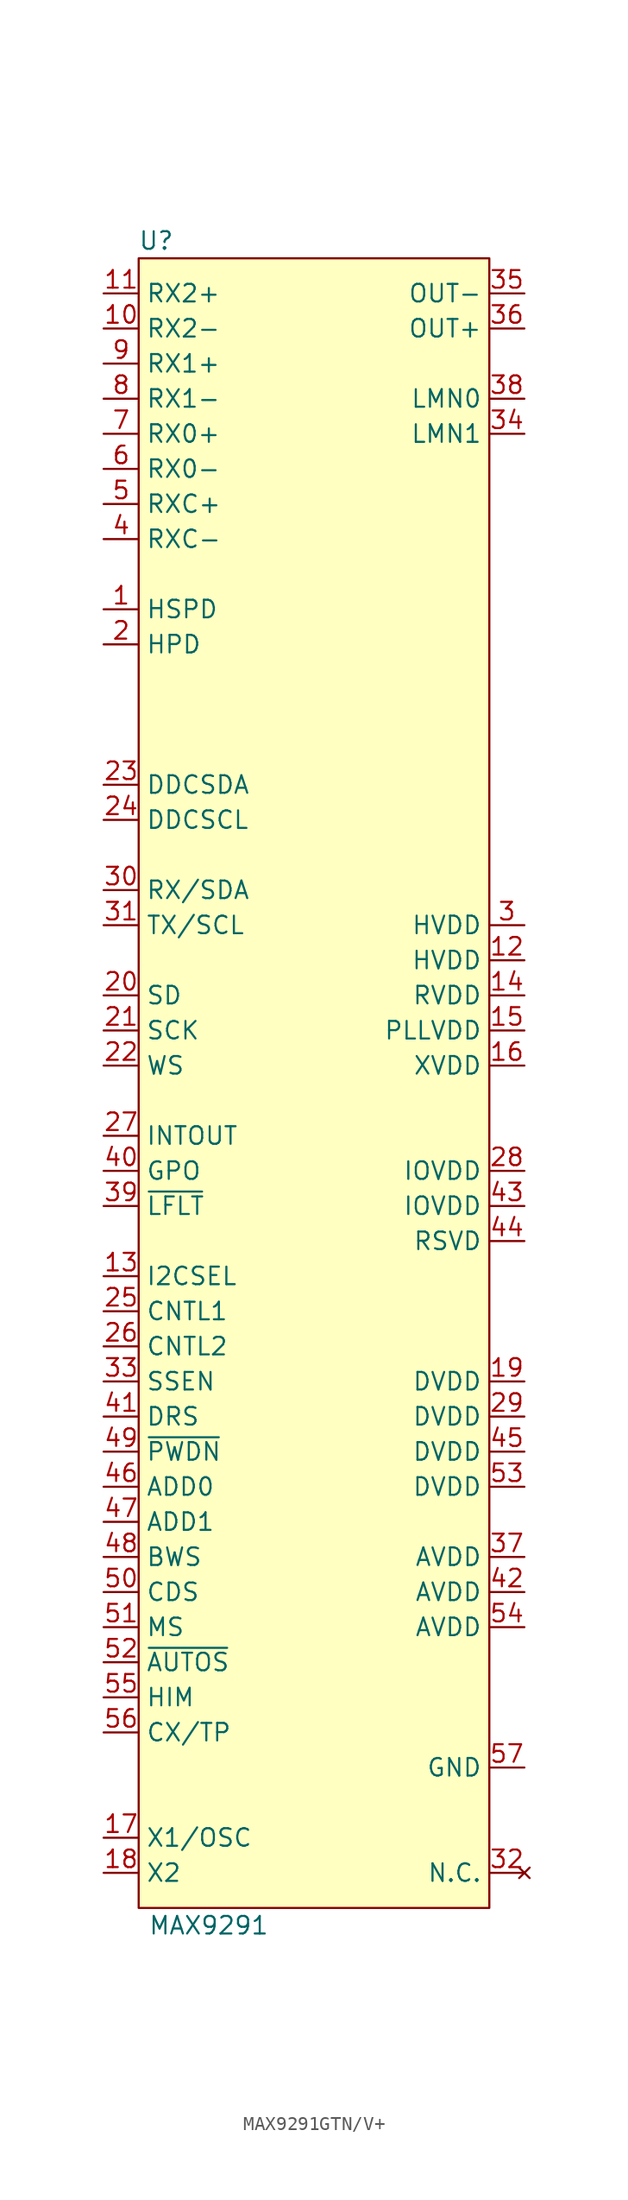
<source format=kicad_sym>
(kicad_symbol_lib
  (version 20220914)
  (generator kicad_symbol_editor)
  (symbol "MAX9291GTN/V+"
    (property "Reference" "U"
      (at -11.43 41.91 0)
      (effects (font (size 1.27 1.27))))
    (property "Value" "MAX9291"
      (at -7.62 -80.01 0)
      (effects (font (size 1.27 1.27))))
    (symbol "MAX9291GTN/V+_1_0"
      (pin input line (at -15.24 -73.66 0) (length 2.54) (name "X1/OSC" (effects (font (size 1.27 1.27)))) (number "17" (effects (font (size 1.27 1.27)))))
      (pin input line (at -15.24 -76.2 0) (length 2.54) (name "X2" (effects (font (size 1.27 1.27)))) (number "18" (effects (font (size 1.27 1.27)))))
      (pin power_in line (at 15.24 -40.64 180) (length 2.54) (name "DVDD" (effects (font (size 1.27 1.27)))) (number "19" (effects (font (size 1.27 1.27)))))
      (pin bidirectional line (at -15.24 -12.7 0) (length 2.54) (name "SD" (effects (font (size 1.27 1.27)))) (number "20" (effects (font (size 1.27 1.27)))))
      (pin bidirectional line (at -15.24 -15.24 0) (length 2.54) (name "SCK" (effects (font (size 1.27 1.27)))) (number "21" (effects (font (size 1.27 1.27)))))
      (pin bidirectional line (at -15.24 -17.78 0) (length 2.54) (name "WS" (effects (font (size 1.27 1.27)))) (number "22" (effects (font (size 1.27 1.27)))))
      (pin bidirectional line (at -15.24 2.54 0) (length 2.54) (name "DDCSDA" (effects (font (size 1.27 1.27)))) (number "23" (effects (font (size 1.27 1.27)))))
      (pin bidirectional line (at -15.24 0 0) (length 2.54) (name "DDCSCL" (effects (font (size 1.27 1.27)))) (number "24" (effects (font (size 1.27 1.27)))))
      (pin input line (at -15.24 -35.56 0) (length 2.54) (name "CNTL1" (effects (font (size 1.27 1.27)))) (number "25" (effects (font (size 1.27 1.27)))))
      (pin input line (at -15.24 -38.1 0) (length 2.54) (name "CNTL2" (effects (font (size 1.27 1.27)))) (number "26" (effects (font (size 1.27 1.27)))))
      (pin output line (at -15.24 -22.86 0) (length 2.54) (name "INTOUT" (effects (font (size 1.27 1.27)))) (number "27" (effects (font (size 1.27 1.27)))))
      (pin power_in line (at 15.24 -25.4 180) (length 2.54) (name "IOVDD" (effects (font (size 1.27 1.27)))) (number "28" (effects (font (size 1.27 1.27)))))
      (pin power_in line (at 15.24 -43.18 180) (length 2.54) (name "DVDD" (effects (font (size 1.27 1.27)))) (number "29" (effects (font (size 1.27 1.27)))))
      (pin bidirectional line (at -15.24 -5.08 0) (length 2.54) (name "RX/SDA" (effects (font (size 1.27 1.27)))) (number "30" (effects (font (size 1.27 1.27)))))
      (pin bidirectional line (at -15.24 -7.62 0) (length 2.54) (name "TX/SCL" (effects (font (size 1.27 1.27)))) (number "31" (effects (font (size 1.27 1.27)))))
      (pin no_connect line (at 15.24 -76.2 180) (length 2.54) (name "N.C." (effects (font (size 1.27 1.27)))) (number "32" (effects (font (size 1.27 1.27)))))
      (pin input line (at -15.24 -40.64 0) (length 2.54) (name "SSEN" (effects (font (size 1.27 1.27)))) (number "33" (effects (font (size 1.27 1.27)))))
      (pin input line (at 15.24 27.94 180) (length 2.54) (name "LMN1" (effects (font (size 1.27 1.27)))) (number "34" (effects (font (size 1.27 1.27)))))
      (pin output line (at 15.24 38.1 180) (length 2.54) (name "OUT-" (effects (font (size 1.27 1.27)))) (number "35" (effects (font (size 1.27 1.27)))))
      (pin output line (at 15.24 35.56 180) (length 2.54) (name "OUT+" (effects (font (size 1.27 1.27)))) (number "36" (effects (font (size 1.27 1.27)))))
      (pin power_in line (at 15.24 -53.34 180) (length 2.54) (name "AVDD" (effects (font (size 1.27 1.27)))) (number "37" (effects (font (size 1.27 1.27)))))
      (pin input line (at 15.24 30.48 180) (length 2.54) (name "LMN0" (effects (font (size 1.27 1.27)))) (number "38" (effects (font (size 1.27 1.27)))))
      (pin open_collector line (at -15.24 -27.94 0) (length 2.54) (name "~{LFLT}" (effects (font (size 1.27 1.27)))) (number "39" (effects (font (size 1.27 1.27)))))
      (pin output line (at -15.24 -25.4 0) (length 2.54) (name "GPO" (effects (font (size 1.27 1.27)))) (number "40" (effects (font (size 1.27 1.27)))))
      (pin input line (at -15.24 -43.18 0) (length 2.54) (name "DRS" (effects (font (size 1.27 1.27)))) (number "41" (effects (font (size 1.27 1.27)))))
      (pin power_in line (at 15.24 -55.88 180) (length 2.54) (name "AVDD" (effects (font (size 1.27 1.27)))) (number "42" (effects (font (size 1.27 1.27)))))
      (pin power_in line (at 15.24 -27.94 180) (length 2.54) (name "IOVDD" (effects (font (size 1.27 1.27)))) (number "43" (effects (font (size 1.27 1.27)))))
      (pin input line (at 15.24 -30.48 180) (length 2.54) (name "RSVD" (effects (font (size 1.27 1.27)))) (number "44" (effects (font (size 1.27 1.27)))))
      (pin power_in line (at 15.24 -45.72 180) (length 2.54) (name "DVDD" (effects (font (size 1.27 1.27)))) (number "45" (effects (font (size 1.27 1.27)))))
      (pin input line (at -15.24 -48.26 0) (length 2.54) (name "ADD0" (effects (font (size 1.27 1.27)))) (number "46" (effects (font (size 1.27 1.27)))))
      (pin input line (at -15.24 -50.8 0) (length 2.54) (name "ADD1" (effects (font (size 1.27 1.27)))) (number "47" (effects (font (size 1.27 1.27)))))
      (pin input line (at -15.24 -53.34 0) (length 2.54) (name "BWS" (effects (font (size 1.27 1.27)))) (number "48" (effects (font (size 1.27 1.27)))))
      (pin input line (at -15.24 -45.72 0) (length 2.54) (name "~{PWDN}" (effects (font (size 1.27 1.27)))) (number "49" (effects (font (size 1.27 1.27)))))
      (pin input line (at -15.24 -55.88 0) (length 2.54) (name "CDS" (effects (font (size 1.27 1.27)))) (number "50" (effects (font (size 1.27 1.27)))))
      (pin input line (at -15.24 -58.42 0) (length 2.54) (name "MS" (effects (font (size 1.27 1.27)))) (number "51" (effects (font (size 1.27 1.27)))))
      (pin input line (at -15.24 -60.96 0) (length 2.54) (name "~{AUTOS}" (effects (font (size 1.27 1.27)))) (number "52" (effects (font (size 1.27 1.27)))))
      (pin power_in line (at 15.24 -48.26 180) (length 2.54) (name "DVDD" (effects (font (size 1.27 1.27)))) (number "53" (effects (font (size 1.27 1.27)))))
      (pin power_in line (at 15.24 -58.42 180) (length 2.54) (name "AVDD" (effects (font (size 1.27 1.27)))) (number "54" (effects (font (size 1.27 1.27)))))
      (pin input line (at -15.24 -63.5 0) (length 2.54) (name "HIM" (effects (font (size 1.27 1.27)))) (number "55" (effects (font (size 1.27 1.27)))))
      (pin input line (at -15.24 -66.04 0) (length 2.54) (name "CX/TP" (effects (font (size 1.27 1.27)))) (number "56" (effects (font (size 1.27 1.27)))))
      (pin power_out line (at 15.24 -68.58 180) (length 2.54) (name "GND" (effects (font (size 1.27 1.27)))) (number "57" (effects (font (size 1.27 1.27))))))
    (symbol "MAX9291GTN/V+_1_1"
      (rectangle (start -12.7 40.64) (end 12.7 -78.74) (stroke (width 0) (type default)) (fill (type background)))
      (pin input line (at -15.24 15.24 0) (length 2.54) (name "HSPD" (effects (font (size 1.27 1.27)))) (number "1" (effects (font (size 1.27 1.27)))))
      (pin input line (at -15.24 35.56 0) (length 2.54) (name "RX2-" (effects (font (size 1.27 1.27)))) (number "10" (effects (font (size 1.27 1.27)))))
      (pin input line (at -15.24 38.1 0) (length 2.54) (name "RX2+" (effects (font (size 1.27 1.27)))) (number "11" (effects (font (size 1.27 1.27)))))
      (pin power_in line (at 15.24 -10.16 180) (length 2.54) (name "HVDD" (effects (font (size 1.27 1.27)))) (number "12" (effects (font (size 1.27 1.27)))))
      (pin input line (at -15.24 -33.02 0) (length 2.54) (name "I2CSEL" (effects (font (size 1.27 1.27)))) (number "13" (effects (font (size 1.27 1.27)))))
      (pin power_in line (at 15.24 -12.7 180) (length 2.54) (name "RVDD" (effects (font (size 1.27 1.27)))) (number "14" (effects (font (size 1.27 1.27)))))
      (pin power_in line (at 15.24 -15.24 180) (length 2.54) (name "PLLVDD" (effects (font (size 1.27 1.27)))) (number "15" (effects (font (size 1.27 1.27)))))
      (pin power_in line (at 15.24 -17.78 180) (length 2.54) (name "XVDD" (effects (font (size 1.27 1.27)))) (number "16" (effects (font (size 1.27 1.27)))))
      (pin output line (at -15.24 12.7 0) (length 2.54) (name "HPD" (effects (font (size 1.27 1.27)))) (number "2" (effects (font (size 1.27 1.27)))))
      (pin power_in line (at 15.24 -7.62 180) (length 2.54) (name "HVDD" (effects (font (size 1.27 1.27)))) (number "3" (effects (font (size 1.27 1.27)))))
      (pin input line (at -15.24 20.32 0) (length 2.54) (name "RXC-" (effects (font (size 1.27 1.27)))) (number "4" (effects (font (size 1.27 1.27)))))
      (pin input line (at -15.24 22.86 0) (length 2.54) (name "RXC+" (effects (font (size 1.27 1.27)))) (number "5" (effects (font (size 1.27 1.27)))))
      (pin input line (at -15.24 25.4 0) (length 2.54) (name "RX0-" (effects (font (size 1.27 1.27)))) (number "6" (effects (font (size 1.27 1.27)))))
      (pin input line (at -15.24 27.94 0) (length 2.54) (name "RX0+" (effects (font (size 1.27 1.27)))) (number "7" (effects (font (size 1.27 1.27)))))
      (pin input line (at -15.24 30.48 0) (length 2.54) (name "RX1-" (effects (font (size 1.27 1.27)))) (number "8" (effects (font (size 1.27 1.27)))))
      (pin input line (at -15.24 33.02 0) (length 2.54) (name "RX1+" (effects (font (size 1.27 1.27)))) (number "9" (effects (font (size 1.27 1.27))))))))
</source>
